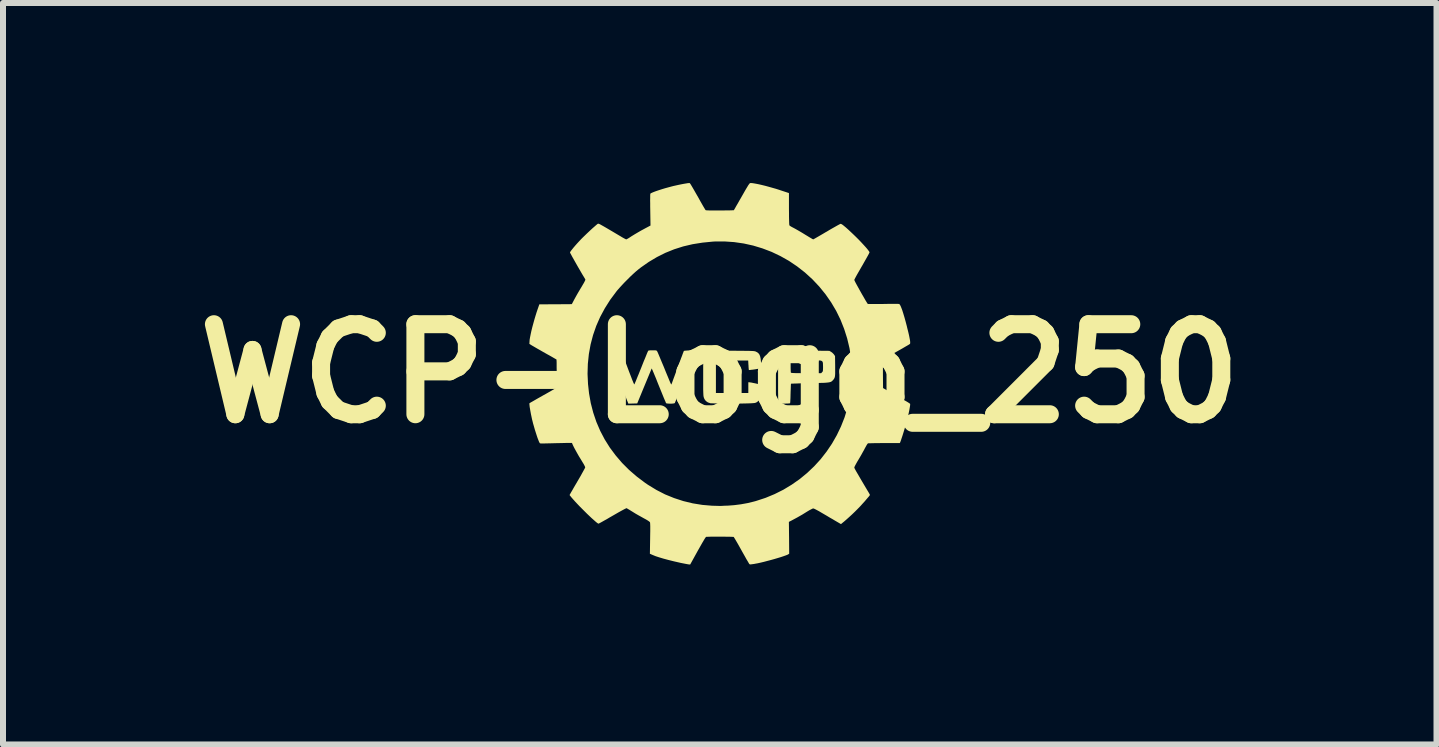
<source format=kicad_pcb>
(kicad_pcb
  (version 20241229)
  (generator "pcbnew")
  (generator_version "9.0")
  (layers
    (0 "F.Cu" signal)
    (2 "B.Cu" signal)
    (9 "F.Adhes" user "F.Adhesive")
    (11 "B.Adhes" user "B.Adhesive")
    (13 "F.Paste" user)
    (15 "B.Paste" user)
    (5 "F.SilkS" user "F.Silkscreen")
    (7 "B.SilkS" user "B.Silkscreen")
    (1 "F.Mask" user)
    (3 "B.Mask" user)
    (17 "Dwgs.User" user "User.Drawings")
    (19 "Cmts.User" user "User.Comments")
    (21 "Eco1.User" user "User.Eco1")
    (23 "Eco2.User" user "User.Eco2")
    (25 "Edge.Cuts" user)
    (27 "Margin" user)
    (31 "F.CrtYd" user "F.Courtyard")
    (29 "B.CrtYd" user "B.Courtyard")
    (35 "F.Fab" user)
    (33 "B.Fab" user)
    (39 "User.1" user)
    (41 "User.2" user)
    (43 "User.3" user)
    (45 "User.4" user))
  (footprint "WCP-Logo_250"
    (layer "F.Cu")
    (at 8.943 3.174)
    (property "Reference" "WCP-Logo_250" (at 0 0 0) (layer "F.SilkS") (effects (font (size 1.5 1.5) (thickness 0.3))))
    (attr board_only exclude_from_pos_files exclude_from_bom)
    (fp_poly (pts (xy 0.156 -0.38) (xy 0.222 -0.38) (xy 0.299 -0.379) (xy 0.363 -0.379) (xy 0.418 -0.378) (xy 0.462 -0.378) (xy 0.498 -0.377) (xy 0.527 -0.376) (xy 0.549 -0.375) (xy 0.566 -0.374) (xy 0.579 -0.372) (xy 0.588 -0.37) (xy 0.595 -0.368) (xy 0.6 -0.366) (xy 0.627 -0.352) (xy 0.647 -0.335) (xy 0.662 -0.314) (xy 0.673 -0.286) (xy 0.681 -0.25) (xy 0.686 -0.203) (xy 0.687 -0.19) (xy 0.69 -0.158) (xy 0.691 -0.129) (xy 0.691 -0.108) (xy 0.691 -0.095) (xy 0.691 -0.094) (xy 0.684 -0.089) (xy 0.667 -0.084) (xy 0.64 -0.079) (xy 0.6 -0.072) (xy 0.588 -0.07) (xy 0.554 -0.065) (xy 0.524 -0.062) (xy 0.502 -0.059) (xy 0.488 -0.058) (xy 0.485 -0.058) (xy 0.484 -0.066) (xy 0.482 -0.083) (xy 0.48 -0.108) (xy 0.479 -0.137) (xy 0.478 -0.139) (xy 0.474 -0.216) (xy 0.205 -0.216) (xy -0.064 -0.216) (xy -0.064 0.054) (xy -0.064 0.324) (xy 0.206 0.324) (xy 0.476 0.324) (xy 0.476 0.235) (xy 0.476 0.146) (xy 0.494 0.146) (xy 0.508 0.148) (xy 0.53 0.151) (xy 0.557 0.157) (xy 0.588 0.163) (xy 0.619 0.17) (xy 0.647 0.177) (xy 0.669 0.183) (xy 0.684 0.188) (xy 0.688 0.19) (xy 0.69 0.199) (xy 0.691 0.219) (xy 0.69 0.251) (xy 0.688 0.291) (xy 0.687 0.298) (xy 0.685 0.337) (xy 0.682 0.366) (xy 0.679 0.387) (xy 0.676 0.402) (xy 0.671 0.415) (xy 0.665 0.426) (xy 0.664 0.429) (xy 0.648 0.45) (xy 0.629 0.469) (xy 0.621 0.475) (xy 0.609 0.482) (xy 0.597 0.487) (xy 0.582 0.491) (xy 0.561 0.493) (xy 0.531 0.495) (xy 0.515 0.496) (xy 0.488 0.497) (xy 0.452 0.498) (xy 0.408 0.499) (xy 0.358 0.5) (xy 0.303 0.5) (xy 0.246 0.5) (xy 0.187 0.5) (xy 0.128 0.5) (xy 0.071 0.5) (xy 0.017 0.5) (xy -0.033 0.499) (xy -0.076 0.498) (xy -0.112 0.497) (xy -0.139 0.496) (xy -0.155 0.495) (xy -0.157 0.495) (xy -0.198 0.481) (xy -0.231 0.458) (xy -0.255 0.426) (xy -0.265 0.4) (xy -0.268 0.391) (xy -0.27 0.38) (xy -0.272 0.366) (xy -0.273 0.349) (xy -0.274 0.326) (xy -0.275 0.297) (xy -0.276 0.261) (xy -0.276 0.216) (xy -0.276 0.162) (xy -0.276 0.096) (xy -0.276 0.054) (xy -0.276 -0.018) (xy -0.276 -0.078) (xy -0.276 -0.127) (xy -0.275 -0.167) (xy -0.275 -0.2) (xy -0.274 -0.225) (xy -0.273 -0.244) (xy -0.271 -0.259) (xy -0.269 -0.27) (xy -0.267 -0.279) (xy -0.265 -0.287) (xy -0.265 -0.287) (xy -0.246 -0.32) (xy -0.218 -0.348) (xy -0.184 -0.368) (xy -0.163 -0.375) (xy -0.149 -0.377) (xy -0.126 -0.378) (xy -0.092 -0.379) (xy -0.047 -0.38) (xy 0.009 -0.38) (xy 0.076 -0.38)) (stroke (width 0) (type solid)) (fill yes) (layer "F.SilkS"))
    (fp_poly (pts (xy 1.117 -0.384) (xy 1.172 -0.383) (xy 1.233 -0.383) (xy 1.299 -0.383) (xy 1.37 -0.382) (xy 1.403 -0.382) (xy 1.826 -0.378) (xy 1.854 -0.362) (xy 1.875 -0.347) (xy 1.895 -0.327) (xy 1.902 -0.319) (xy 1.921 -0.291) (xy 1.923 -0.128) (xy 1.923 -0.073) (xy 1.923 -0.028) (xy 1.923 0.007) (xy 1.921 0.034) (xy 1.918 0.055) (xy 1.913 0.071) (xy 1.906 0.085) (xy 1.898 0.097) (xy 1.89 0.106) (xy 1.881 0.116) (xy 1.872 0.125) (xy 1.863 0.132) (xy 1.852 0.138) (xy 1.838 0.143) (xy 1.82 0.147) (xy 1.797 0.15) (xy 1.768 0.153) (xy 1.732 0.155) (xy 1.687 0.156) (xy 1.633 0.158) (xy 1.568 0.159) (xy 1.502 0.16) (xy 1.44 0.162) (xy 1.382 0.163) (xy 1.33 0.164) (xy 1.284 0.166) (xy 1.245 0.167) (xy 1.216 0.168) (xy 1.196 0.169) (xy 1.188 0.169) (xy 1.188 0.169) (xy 1.186 0.176) (xy 1.185 0.194) (xy 1.184 0.221) (xy 1.183 0.256) (xy 1.181 0.296) (xy 1.18 0.33) (xy 1.179 0.374) (xy 1.178 0.413) (xy 1.176 0.447) (xy 1.175 0.473) (xy 1.173 0.49) (xy 1.172 0.495) (xy 1.165 0.497) (xy 1.147 0.499) (xy 1.123 0.5) (xy 1.093 0.501) (xy 1.063 0.502) (xy 1.033 0.502) (xy 1.007 0.501) (xy 0.987 0.5) (xy 0.977 0.498) (xy 0.976 0.497) (xy 0.975 0.49) (xy 0.974 0.472) (xy 0.974 0.443) (xy 0.973 0.406) (xy 0.973 0.361) (xy 0.972 0.309) (xy 0.972 0.253) (xy 0.972 0.192) (xy 0.972 0.129) (xy 0.972 0.064) (xy 0.972 -0.000323) (xy 0.972 -0.064) (xy 0.972 -0.124) (xy 1.181 -0.124) (xy 1.181 -0.09) (xy 1.182 -0.059) (xy 1.183 -0.035) (xy 1.184 -0.02) (xy 1.185 -0.016) (xy 1.187 -0.014) (xy 1.192 -0.012) (xy 1.201 -0.01) (xy 1.215 -0.009) (xy 1.235 -0.008) (xy 1.262 -0.007) (xy 1.298 -0.007) (xy 1.344 -0.006) (xy 1.401 -0.006) (xy 1.439 -0.006) (xy 1.69 -0.006) (xy 1.705 -0.022) (xy 1.712 -0.029) (xy 1.716 -0.037) (xy 1.719 -0.049) (xy 1.72 -0.066) (xy 1.721 -0.091) (xy 1.721 -0.113) (xy 1.72 -0.149) (xy 1.719 -0.176) (xy 1.714 -0.193) (xy 1.707 -0.204) (xy 1.696 -0.211) (xy 1.68 -0.216) (xy 1.679 -0.216) (xy 1.667 -0.217) (xy 1.644 -0.219) (xy 1.612 -0.22) (xy 1.571 -0.221) (xy 1.524 -0.221) (xy 1.473 -0.222) (xy 1.418 -0.222) (xy 1.418 -0.222) (xy 1.181 -0.222) (xy 1.181 -0.124) (xy 0.972 -0.124) (xy 0.972 -0.125) (xy 0.972 -0.183) (xy 0.973 -0.236) (xy 0.973 -0.282) (xy 0.974 -0.321) (xy 0.975 -0.352) (xy 0.975 -0.373) (xy 0.976 -0.382) (xy 0.976 -0.383) (xy 0.983 -0.383) (xy 1.002 -0.383) (xy 1.031 -0.384) (xy 1.07 -0.384)) (stroke (width 0) (type solid)) (fill yes) (layer "F.SilkS"))
    (fp_poly (pts (xy -1.09 -0.387) (xy -1.07 -0.386) (xy -1.057 -0.383) (xy -1.049 -0.379) (xy -1.046 -0.376) (xy -1.042 -0.368) (xy -1.033 -0.35) (xy -1.021 -0.322) (xy -1.006 -0.286) (xy -0.988 -0.243) (xy -0.968 -0.195) (xy -0.946 -0.143) (xy -0.93 -0.105) (xy -0.903 -0.038) (xy -0.88 0.018) (xy -0.861 0.063) (xy -0.846 0.1) (xy -0.834 0.129) (xy -0.825 0.15) (xy -0.818 0.165) (xy -0.813 0.175) (xy -0.809 0.18) (xy -0.807 0.182) (xy -0.805 0.181) (xy -0.804 0.178) (xy -0.804 0.178) (xy -0.801 0.17) (xy -0.794 0.152) (xy -0.784 0.124) (xy -0.771 0.088) (xy -0.755 0.045) (xy -0.737 -0.004) (xy -0.717 -0.057) (xy -0.701 -0.102) (xy -0.681 -0.157) (xy -0.661 -0.209) (xy -0.644 -0.256) (xy -0.628 -0.297) (xy -0.616 -0.331) (xy -0.606 -0.356) (xy -0.6 -0.372) (xy -0.598 -0.376) (xy -0.59 -0.379) (xy -0.572 -0.381) (xy -0.547 -0.383) (xy -0.519 -0.385) (xy -0.49 -0.386) (xy -0.464 -0.387) (xy -0.443 -0.386) (xy -0.43 -0.385) (xy -0.43 -0.385) (xy -0.419 -0.381) (xy -0.417 -0.372) (xy -0.419 -0.364) (xy -0.424 -0.348) (xy -0.433 -0.323) (xy -0.445 -0.289) (xy -0.461 -0.247) (xy -0.479 -0.199) (xy -0.499 -0.146) (xy -0.521 -0.089) (xy -0.544 -0.029) (xy -0.568 0.033) (xy -0.592 0.096) (xy -0.616 0.158) (xy -0.639 0.218) (xy -0.662 0.275) (xy -0.682 0.328) (xy -0.701 0.375) (xy -0.718 0.417) (xy -0.731 0.45) (xy -0.742 0.475) (xy -0.748 0.49) (xy -0.75 0.493) (xy -0.76 0.497) (xy -0.779 0.5) (xy -0.803 0.502) (xy -0.83 0.502) (xy -0.856 0.501) (xy -0.878 0.499) (xy -0.891 0.496) (xy -0.894 0.494) (xy -0.898 0.486) (xy -0.905 0.468) (xy -0.917 0.441) (xy -0.932 0.406) (xy -0.949 0.364) (xy -0.968 0.317) (xy -0.989 0.266) (xy -0.999 0.241) (xy -1.021 0.187) (xy -1.042 0.135) (xy -1.061 0.086) (xy -1.079 0.043) (xy -1.094 0.007) (xy -1.106 -0.022) (xy -1.114 -0.04) (xy -1.115 -0.044) (xy -1.134 -0.085) (xy -1.255 0.207) (xy -1.375 0.498) (xy -1.448 0.5) (xy -1.522 0.502) (xy -1.53 0.484) (xy -1.534 0.474) (xy -1.543 0.452) (xy -1.555 0.422) (xy -1.569 0.384) (xy -1.587 0.339) (xy -1.606 0.288) (xy -1.627 0.233) (xy -1.649 0.174) (xy -1.673 0.113) (xy -1.696 0.051) (xy -1.719 -0.01) (xy -1.742 -0.071) (xy -1.764 -0.129) (xy -1.785 -0.184) (xy -1.803 -0.233) (xy -1.82 -0.277) (xy -1.834 -0.314) (xy -1.844 -0.343) (xy -1.851 -0.362) (xy -1.854 -0.371) (xy -1.854 -0.371) (xy -1.848 -0.376) (xy -1.831 -0.38) (xy -1.805 -0.383) (xy -1.772 -0.386) (xy -1.734 -0.387) (xy -1.708 -0.387) (xy -1.683 -0.387) (xy -1.666 -0.385) (xy -1.656 -0.381) (xy -1.647 -0.374) (xy -1.647 -0.373) (xy -1.642 -0.364) (xy -1.633 -0.344) (xy -1.62 -0.316) (xy -1.606 -0.28) (xy -1.589 -0.238) (xy -1.572 -0.193) (xy -1.562 -0.168) (xy -1.534 -0.093) (xy -1.51 -0.029) (xy -1.489 0.025) (xy -1.472 0.069) (xy -1.459 0.104) (xy -1.447 0.132) (xy -1.439 0.153) (xy -1.432 0.167) (xy -1.428 0.176) (xy -1.424 0.18) (xy -1.422 0.18) (xy -1.422 0.18) (xy -1.419 0.173) (xy -1.412 0.156) (xy -1.4 0.129) (xy -1.386 0.094) (xy -1.369 0.052) (xy -1.349 0.004) (xy -1.328 -0.049) (xy -1.308 -0.098) (xy -1.286 -0.154) (xy -1.265 -0.207) (xy -1.245 -0.254) (xy -1.228 -0.296) (xy -1.214 -0.331) (xy -1.203 -0.357) (xy -1.195 -0.374) (xy -1.192 -0.379) (xy -1.183 -0.384) (xy -1.162 -0.386) (xy -1.129 -0.387) (xy -1.121 -0.387)) (stroke (width 0) (type solid)) (fill yes) (layer "F.SilkS"))
    (fp_poly (pts (xy 0.531 -3.174) (xy 0.561 -3.17) (xy 0.601 -3.163) (xy 0.647 -3.154) (xy 0.7 -3.142) (xy 0.757 -3.128) (xy 0.816 -3.112) (xy 0.876 -3.095) (xy 0.936 -3.078) (xy 0.993 -3.06) (xy 1.016 -3.052) (xy 1.153 -3.007) (xy 1.153 -2.742) (xy 1.154 -2.672) (xy 1.154 -2.615) (xy 1.155 -2.569) (xy 1.156 -2.532) (xy 1.157 -2.505) (xy 1.158 -2.485) (xy 1.16 -2.473) (xy 1.162 -2.467) (xy 1.162 -2.467) (xy 1.171 -2.46) (xy 1.188 -2.449) (xy 1.212 -2.436) (xy 1.233 -2.425) (xy 1.257 -2.412) (xy 1.289 -2.394) (xy 1.327 -2.372) (xy 1.368 -2.348) (xy 1.409 -2.323) (xy 1.423 -2.314) (xy 1.46 -2.292) (xy 1.492 -2.272) (xy 1.52 -2.256) (xy 1.541 -2.243) (xy 1.554 -2.237) (xy 1.557 -2.235) (xy 1.563 -2.238) (xy 1.58 -2.247) (xy 1.604 -2.261) (xy 1.637 -2.28) (xy 1.675 -2.302) (xy 1.718 -2.327) (xy 1.765 -2.355) (xy 1.78 -2.363) (xy 1.828 -2.392) (xy 1.873 -2.418) (xy 1.914 -2.441) (xy 1.949 -2.461) (xy 1.978 -2.477) (xy 1.999 -2.488) (xy 2.01 -2.494) (xy 2.011 -2.494) (xy 2.02 -2.493) (xy 2.033 -2.487) (xy 2.05 -2.476) (xy 2.072 -2.458) (xy 2.101 -2.434) (xy 2.137 -2.402) (xy 2.181 -2.361) (xy 2.198 -2.345) (xy 2.239 -2.306) (xy 2.28 -2.266) (xy 2.321 -2.225) (xy 2.359 -2.185) (xy 2.395 -2.146) (xy 2.427 -2.111) (xy 2.454 -2.08) (xy 2.475 -2.053) (xy 2.489 -2.034) (xy 2.495 -2.021) (xy 2.496 -2.02) (xy 2.492 -2.011) (xy 2.484 -1.994) (xy 2.47 -1.968) (xy 2.451 -1.934) (xy 2.429 -1.895) (xy 2.404 -1.851) (xy 2.377 -1.803) (xy 2.369 -1.79) (xy 2.341 -1.741) (xy 2.315 -1.696) (xy 2.292 -1.656) (xy 2.272 -1.62) (xy 2.257 -1.592) (xy 2.247 -1.572) (xy 2.242 -1.561) (xy 2.242 -1.559) (xy 2.245 -1.551) (xy 2.253 -1.534) (xy 2.266 -1.508) (xy 2.283 -1.477) (xy 2.303 -1.441) (xy 2.325 -1.401) (xy 2.348 -1.36) (xy 2.371 -1.319) (xy 2.394 -1.28) (xy 2.415 -1.243) (xy 2.433 -1.212) (xy 2.449 -1.186) (xy 2.46 -1.169) (xy 2.466 -1.16) (xy 2.466 -1.16) (xy 2.474 -1.159) (xy 2.493 -1.158) (xy 2.522 -1.158) (xy 2.559 -1.158) (xy 2.604 -1.158) (xy 2.654 -1.158) (xy 2.708 -1.159) (xy 2.725 -1.159) (xy 2.78 -1.16) (xy 2.833 -1.161) (xy 2.88 -1.161) (xy 2.92 -1.161) (xy 2.953 -1.161) (xy 2.976 -1.16) (xy 2.988 -1.16) (xy 2.99 -1.159) (xy 2.999 -1.15) (xy 3.011 -1.13) (xy 3.025 -1.097) (xy 3.041 -1.055) (xy 3.058 -1.001) (xy 3.077 -0.938) (xy 3.097 -0.866) (xy 3.118 -0.786) (xy 3.124 -0.759) (xy 3.141 -0.692) (xy 3.154 -0.636) (xy 3.163 -0.59) (xy 3.17 -0.554) (xy 3.173 -0.527) (xy 3.173 -0.508) (xy 3.171 -0.496) (xy 3.168 -0.493) (xy 3.161 -0.488) (xy 3.144 -0.477) (xy 3.118 -0.462) (xy 3.085 -0.443) (xy 3.046 -0.42) (xy 3.002 -0.395) (xy 2.954 -0.368) (xy 2.943 -0.362) (xy 2.895 -0.335) (xy 2.851 -0.309) (xy 2.811 -0.286) (xy 2.777 -0.267) (xy 2.75 -0.251) (xy 2.732 -0.239) (xy 2.723 -0.233) (xy 2.723 -0.233) (xy 2.722 -0.225) (xy 2.721 -0.206) (xy 2.72 -0.177) (xy 2.72 -0.14) (xy 2.719 -0.096) (xy 2.719 -0.046) (xy 2.719 0.007) (xy 2.719 0.009) (xy 2.721 0.242) (xy 2.943 0.368) (xy 2.992 0.396) (xy 3.037 0.422) (xy 3.078 0.446) (xy 3.113 0.466) (xy 3.141 0.483) (xy 3.16 0.496) (xy 3.17 0.503) (xy 3.171 0.504) (xy 3.173 0.514) (xy 3.171 0.536) (xy 3.166 0.567) (xy 3.159 0.608) (xy 3.149 0.656) (xy 3.137 0.71) (xy 3.123 0.767) (xy 3.117 0.793) (xy 3.107 0.827) (xy 3.096 0.866) (xy 3.083 0.91) (xy 3.07 0.954) (xy 3.056 0.999) (xy 3.043 1.041) (xy 3.03 1.079) (xy 3.02 1.11) (xy 3.012 1.132) (xy 3.008 1.143) (xy 3 1.159) (xy 2.74 1.159) (xy 2.683 1.159) (xy 2.63 1.16) (xy 2.583 1.16) (xy 2.541 1.161) (xy 2.508 1.162) (xy 2.484 1.162) (xy 2.471 1.163) (xy 2.469 1.164) (xy 2.462 1.171) (xy 2.451 1.187) (xy 2.438 1.21) (xy 2.423 1.237) (xy 2.419 1.244) (xy 2.403 1.275) (xy 2.382 1.312) (xy 2.359 1.354) (xy 2.334 1.397) (xy 2.311 1.436) (xy 2.29 1.471) (xy 2.272 1.503) (xy 2.257 1.531) (xy 2.247 1.551) (xy 2.242 1.564) (xy 2.242 1.565) (xy 2.243 1.571) (xy 2.248 1.583) (xy 2.257 1.6) (xy 2.27 1.624) (xy 2.288 1.655) (xy 2.311 1.694) (xy 2.338 1.741) (xy 2.371 1.797) (xy 2.41 1.863) (xy 2.455 1.939) (xy 2.475 1.972) (xy 2.488 1.994) (xy 2.497 2.011) (xy 2.502 2.022) (xy 2.502 2.023) (xy 2.498 2.031) (xy 2.486 2.047) (xy 2.467 2.069) (xy 2.443 2.097) (xy 2.415 2.13) (xy 2.383 2.165) (xy 2.349 2.203) (xy 2.333 2.22) (xy 2.295 2.259) (xy 2.251 2.303) (xy 2.203 2.349) (xy 2.154 2.394) (xy 2.107 2.436) (xy 2.064 2.473) (xy 2.056 2.479) (xy 2.02 2.509) (xy 1.92 2.451) (xy 1.882 2.428) (xy 1.836 2.402) (xy 1.788 2.373) (xy 1.74 2.345) (xy 1.697 2.32) (xy 1.655 2.295) (xy 1.618 2.275) (xy 1.589 2.26) (xy 1.569 2.251) (xy 1.558 2.248) (xy 1.546 2.251) (xy 1.524 2.262) (xy 1.495 2.277) (xy 1.46 2.298) (xy 1.458 2.299) (xy 1.376 2.35) (xy 1.29 2.399) (xy 1.208 2.443) (xy 1.197 2.449) (xy 1.152 2.472) (xy 1.155 2.737) (xy 1.157 3.002) (xy 1.142 3.012) (xy 1.125 3.021) (xy 1.096 3.032) (xy 1.059 3.045) (xy 1.014 3.06) (xy 0.964 3.075) (xy 0.91 3.091) (xy 0.853 3.107) (xy 0.795 3.122) (xy 0.739 3.137) (xy 0.685 3.15) (xy 0.636 3.161) (xy 0.592 3.169) (xy 0.572 3.173) (xy 0.541 3.177) (xy 0.519 3.18) (xy 0.506 3.18) (xy 0.498 3.178) (xy 0.493 3.175) (xy 0.488 3.167) (xy 0.478 3.15) (xy 0.463 3.124) (xy 0.443 3.091) (xy 0.421 3.051) (xy 0.396 3.007) (xy 0.369 2.959) (xy 0.362 2.946) (xy 0.335 2.898) (xy 0.31 2.853) (xy 0.287 2.813) (xy 0.267 2.779) (xy 0.251 2.752) (xy 0.239 2.733) (xy 0.233 2.723) (xy 0.233 2.723) (xy 0.225 2.722) (xy 0.206 2.721) (xy 0.178 2.72) (xy 0.143 2.719) (xy 0.102 2.719) (xy 0.057 2.718) (xy 0.011 2.718) (xy -0.037 2.718) (xy -0.082 2.718) (xy -0.124 2.718) (xy -0.162 2.719) (xy -0.192 2.72) (xy -0.214 2.72) (xy -0.225 2.721) (xy -0.226 2.722) (xy -0.232 2.726) (xy -0.241 2.738) (xy -0.254 2.758) (xy -0.271 2.787) (xy -0.293 2.824) (xy -0.32 2.872) (xy -0.353 2.93) (xy -0.366 2.953) (xy -0.492 3.181) (xy -0.514 3.181) (xy -0.527 3.179) (xy -0.55 3.175) (xy -0.581 3.169) (xy -0.617 3.162) (xy -0.657 3.154) (xy -0.66 3.153) (xy -0.765 3.129) (xy -0.857 3.106) (xy -0.939 3.084) (xy -1.009 3.063) (xy -1.07 3.043) (xy -1.121 3.022) (xy -1.128 3.019) (xy -1.164 3.003) (xy -1.16 2.748) (xy -1.159 2.68) (xy -1.158 2.625) (xy -1.158 2.579) (xy -1.158 2.544) (xy -1.159 2.517) (xy -1.16 2.498) (xy -1.161 2.485) (xy -1.163 2.477) (xy -1.164 2.477) (xy -1.174 2.467) (xy -1.195 2.452) (xy -1.228 2.432) (xy -1.267 2.411) (xy -1.308 2.388) (xy -1.355 2.362) (xy -1.402 2.335) (xy -1.444 2.309) (xy -1.452 2.304) (xy -1.483 2.285) (xy -1.51 2.268) (xy -1.533 2.255) (xy -1.547 2.246) (xy -1.552 2.244) (xy -1.56 2.246) (xy -1.579 2.255) (xy -1.606 2.269) (xy -1.643 2.289) (xy -1.688 2.314) (xy -1.74 2.344) (xy -1.787 2.371) (xy -1.836 2.399) (xy -1.881 2.426) (xy -1.923 2.449) (xy -1.958 2.469) (xy -1.987 2.485) (xy -2.008 2.496) (xy -2.02 2.501) (xy -2.022 2.502) (xy -2.031 2.497) (xy -2.048 2.485) (xy -2.072 2.465) (xy -2.101 2.439) (xy -2.135 2.409) (xy -2.172 2.374) (xy -2.212 2.336) (xy -2.252 2.296) (xy -2.293 2.255) (xy -2.333 2.215) (xy -2.371 2.175) (xy -2.406 2.138) (xy -2.42 2.122) (xy -2.446 2.093) (xy -2.468 2.068) (xy -2.485 2.047) (xy -2.497 2.032) (xy -2.502 2.025) (xy -2.502 2.025) (xy -2.499 2.018) (xy -2.49 2.002) (xy -2.476 1.977) (xy -2.457 1.945) (xy -2.435 1.906) (xy -2.41 1.863) (xy -2.382 1.816) (xy -2.372 1.798) (xy -2.343 1.749) (xy -2.317 1.704) (xy -2.294 1.662) (xy -2.274 1.626) (xy -2.258 1.597) (xy -2.247 1.576) (xy -2.242 1.564) (xy -2.242 1.563) (xy -2.245 1.553) (xy -2.254 1.534) (xy -2.267 1.509) (xy -2.285 1.48) (xy -2.298 1.458) (xy -2.321 1.42) (xy -2.347 1.378) (xy -2.372 1.334) (xy -2.396 1.291) (xy -2.418 1.251) (xy -2.436 1.216) (xy -2.449 1.189) (xy -2.453 1.179) (xy -2.463 1.156) (xy -2.519 1.156) (xy -2.539 1.156) (xy -2.57 1.157) (xy -2.61 1.158) (xy -2.656 1.159) (xy -2.706 1.16) (xy -2.759 1.161) (xy -2.781 1.162) (xy -2.831 1.163) (xy -2.877 1.164) (xy -2.918 1.165) (xy -2.952 1.165) (xy -2.977 1.165) (xy -2.991 1.164) (xy -2.995 1.164) (xy -3.001 1.156) (xy -3.011 1.138) (xy -3.022 1.11) (xy -3.036 1.074) (xy -3.05 1.032) (xy -3.065 0.985) (xy -3.081 0.935) (xy -3.096 0.882) (xy -3.111 0.83) (xy -3.118 0.801) (xy -3.128 0.762) (xy -3.137 0.719) (xy -3.146 0.676) (xy -3.154 0.633) (xy -3.161 0.593) (xy -3.167 0.558) (xy -3.17 0.528) (xy -3.172 0.507) (xy -3.171 0.496) (xy -3.171 0.495) (xy -3.164 0.491) (xy -3.148 0.481) (xy -3.123 0.467) (xy -3.09 0.448) (xy -3.052 0.426) (xy -3.008 0.401) (xy -2.961 0.375) (xy -2.95 0.368) (xy -2.901 0.341) (xy -2.857 0.316) (xy -2.816 0.293) (xy -2.782 0.273) (xy -2.754 0.257) (xy -2.735 0.245) (xy -2.726 0.239) (xy -2.725 0.238) (xy -2.723 0.234) (xy -2.721 0.225) (xy -2.719 0.21) (xy -2.718 0.187) (xy -2.718 0.157) (xy -2.717 0.118) (xy -2.717 0.068) (xy -2.717 0.007) (xy -2.717 0.006) (xy -2.203 0.006) (xy -2.195 0.176) (xy -2.178 0.33) (xy -2.149 0.494) (xy -2.108 0.652) (xy -2.056 0.806) (xy -1.992 0.955) (xy -1.917 1.098) (xy -1.831 1.235) (xy -1.734 1.365) (xy -1.627 1.49) (xy -1.509 1.608) (xy -1.381 1.718) (xy -1.243 1.822) (xy -1.196 1.854) (xy -1.055 1.94) (xy -0.911 2.014) (xy -0.761 2.075) (xy -0.608 2.125) (xy -0.451 2.163) (xy -0.29 2.189) (xy -0.125 2.203) (xy -0.117 2.203) (xy -0.079 2.204) (xy -0.042 2.205) (xy -0.01 2.206) (xy 0.015 2.206) (xy 0.022 2.206) (xy 0.044 2.205) (xy 0.074 2.203) (xy 0.109 2.202) (xy 0.14 2.201) (xy 0.243 2.193) (xy 0.352 2.179) (xy 0.463 2.159) (xy 0.57 2.133) (xy 0.603 2.124) (xy 0.762 2.072) (xy 0.914 2.009) (xy 1.06 1.936) (xy 1.199 1.852) (xy 1.332 1.759) (xy 1.456 1.657) (xy 1.573 1.546) (xy 1.681 1.428) (xy 1.78 1.301) (xy 1.87 1.168) (xy 1.95 1.028) (xy 2.02 0.882) (xy 2.08 0.73) (xy 2.128 0.573) (xy 2.165 0.411) (xy 2.174 0.359) (xy 2.186 0.276) (xy 2.194 0.184) (xy 2.199 0.088) (xy 2.201 -0.009) (xy 2.199 -0.104) (xy 2.195 -0.193) (xy 2.189 -0.254) (xy 2.162 -0.422) (xy 2.123 -0.585) (xy 2.073 -0.743) (xy 2.012 -0.897) (xy 1.94 -1.044) (xy 1.856 -1.186) (xy 1.762 -1.321) (xy 1.658 -1.449) (xy 1.544 -1.57) (xy 1.42 -1.683) (xy 1.288 -1.786) (xy 1.153 -1.877) (xy 1.011 -1.957) (xy 0.864 -2.027) (xy 0.712 -2.085) (xy 0.557 -2.132) (xy 0.399 -2.167) (xy 0.239 -2.19) (xy 0.078 -2.201) (xy -0.084 -2.2) (xy -0.117 -2.198) (xy -0.288 -2.181) (xy -0.452 -2.155) (xy -0.609 -2.118) (xy -0.76 -2.07) (xy -0.906 -2.011) (xy -1.046 -1.941) (xy -1.182 -1.86) (xy -1.315 -1.767) (xy -1.362 -1.73) (xy -1.399 -1.699) (xy -1.441 -1.661) (xy -1.488 -1.617) (xy -1.536 -1.569) (xy -1.585 -1.52) (xy -1.631 -1.471) (xy -1.673 -1.425) (xy -1.709 -1.384) (xy -1.724 -1.365) (xy -1.826 -1.228) (xy -1.915 -1.087) (xy -1.993 -0.942) (xy -2.058 -0.794) (xy -2.111 -0.641) (xy -2.152 -0.485) (xy -2.181 -0.325) (xy -2.198 -0.161) (xy -2.203 0.006) (xy -2.717 0.006) (xy -2.717 -0.000213) (xy -2.717 -0.053) (xy -2.718 -0.102) (xy -2.718 -0.145) (xy -2.718 -0.181) (xy -2.719 -0.209) (xy -2.72 -0.227) (xy -2.72 -0.233) (xy -2.726 -0.237) (xy -2.742 -0.246) (xy -2.766 -0.26) (xy -2.797 -0.278) (xy -2.834 -0.299) (xy -2.876 -0.322) (xy -2.906 -0.339) (xy -2.952 -0.365) (xy -2.997 -0.391) (xy -3.038 -0.414) (xy -3.074 -0.435) (xy -3.103 -0.452) (xy -3.124 -0.464) (xy -3.131 -0.468) (xy -3.172 -0.494) (xy -3.17 -0.531) (xy -3.168 -0.562) (xy -3.161 -0.603) (xy -3.151 -0.653) (xy -3.139 -0.709) (xy -3.124 -0.77) (xy -3.107 -0.833) (xy -3.089 -0.898) (xy -3.07 -0.962) (xy -3.051 -1.023) (xy -3.034 -1.073) (xy -3.006 -1.153) (xy -2.735 -1.154) (xy -2.465 -1.156) (xy -2.424 -1.234) (xy -2.408 -1.263) (xy -2.387 -1.301) (xy -2.363 -1.343) (xy -2.337 -1.387) (xy -2.312 -1.429) (xy -2.308 -1.435) (xy -2.283 -1.478) (xy -2.263 -1.512) (xy -2.25 -1.537) (xy -2.242 -1.554) (xy -2.239 -1.564) (xy -2.24 -1.568) (xy -2.26 -1.603) (xy -2.284 -1.642) (xy -2.309 -1.685) (xy -2.335 -1.73) (xy -2.362 -1.776) (xy -2.388 -1.822) (xy -2.413 -1.866) (xy -2.436 -1.907) (xy -2.457 -1.944) (xy -2.473 -1.974) (xy -2.486 -1.998) (xy -2.494 -2.012) (xy -2.495 -2.017) (xy -2.491 -2.027) (xy -2.479 -2.045) (xy -2.46 -2.069) (xy -2.436 -2.099) (xy -2.407 -2.133) (xy -2.375 -2.169) (xy -2.34 -2.207) (xy -2.307 -2.242) (xy -2.282 -2.267) (xy -2.252 -2.296) (xy -2.219 -2.328) (xy -2.184 -2.361) (xy -2.15 -2.393) (xy -2.116 -2.424) (xy -2.086 -2.45) (xy -2.061 -2.472) (xy -2.042 -2.488) (xy -2.034 -2.494) (xy -2.029 -2.496) (xy -2.024 -2.497) (xy -2.016 -2.495) (xy -2.005 -2.491) (xy -1.989 -2.483) (xy -1.968 -2.471) (xy -1.939 -2.455) (xy -1.901 -2.433) (xy -1.855 -2.406) (xy -1.85 -2.403) (xy -1.804 -2.376) (xy -1.76 -2.35) (xy -1.718 -2.325) (xy -1.681 -2.303) (xy -1.65 -2.285) (xy -1.628 -2.271) (xy -1.624 -2.269) (xy -1.599 -2.255) (xy -1.578 -2.244) (xy -1.564 -2.237) (xy -1.558 -2.235) (xy -1.549 -2.239) (xy -1.532 -2.248) (xy -1.512 -2.26) (xy -1.512 -2.26) (xy -1.471 -2.287) (xy -1.422 -2.317) (xy -1.368 -2.349) (xy -1.313 -2.381) (xy -1.259 -2.41) (xy -1.239 -2.421) (xy -1.154 -2.466) (xy -1.158 -2.727) (xy -1.159 -2.784) (xy -1.159 -2.837) (xy -1.16 -2.884) (xy -1.159 -2.925) (xy -1.159 -2.958) (xy -1.158 -2.982) (xy -1.157 -2.994) (xy -1.157 -2.996) (xy -1.147 -3.004) (xy -1.126 -3.014) (xy -1.095 -3.027) (xy -1.057 -3.041) (xy -1.012 -3.056) (xy -0.962 -3.072) (xy -0.909 -3.088) (xy -0.854 -3.103) (xy -0.798 -3.118) (xy -0.775 -3.124) (xy -0.73 -3.134) (xy -0.685 -3.144) (xy -0.641 -3.153) (xy -0.599 -3.161) (xy -0.563 -3.167) (xy -0.533 -3.172) (xy -0.511 -3.174) (xy -0.5 -3.173) (xy -0.5 -3.173) (xy -0.495 -3.167) (xy -0.484 -3.151) (xy -0.469 -3.126) (xy -0.45 -3.094) (xy -0.428 -3.056) (xy -0.403 -3.012) (xy -0.376 -2.965) (xy -0.368 -2.952) (xy -0.341 -2.903) (xy -0.316 -2.858) (xy -0.293 -2.818) (xy -0.273 -2.783) (xy -0.256 -2.755) (xy -0.245 -2.736) (xy -0.238 -2.726) (xy -0.238 -2.725) (xy -0.234 -2.722) (xy -0.225 -2.72) (xy -0.212 -2.719) (xy -0.192 -2.718) (xy -0.165 -2.717) (xy -0.128 -2.717) (xy -0.082 -2.717) (xy -0.025 -2.717) (xy 0.001 -2.717) (xy 0.053 -2.717) (xy 0.102 -2.718) (xy 0.145 -2.718) (xy 0.182 -2.719) (xy 0.21 -2.72) (xy 0.228 -2.72) (xy 0.234 -2.721) (xy 0.238 -2.727) (xy 0.248 -2.743) (xy 0.262 -2.768) (xy 0.28 -2.8) (xy 0.303 -2.839) (xy 0.327 -2.882) (xy 0.355 -2.93) (xy 0.365 -2.948) (xy 0.397 -3.004) (xy 0.423 -3.05) (xy 0.445 -3.087) (xy 0.462 -3.115) (xy 0.475 -3.137) (xy 0.486 -3.152) (xy 0.494 -3.163) (xy 0.5 -3.169) (xy 0.505 -3.173) (xy 0.51 -3.174) (xy 0.511 -3.174)) (stroke (width 0) (type solid)) (fill yes) (layer "F.SilkS")))
  (gr_rect
    (start -3 -3)
    (end 20.886 9.355)
    (stroke (width 0.1) (type default))
    (fill no)
    (layer "Edge.Cuts")))
</source>
